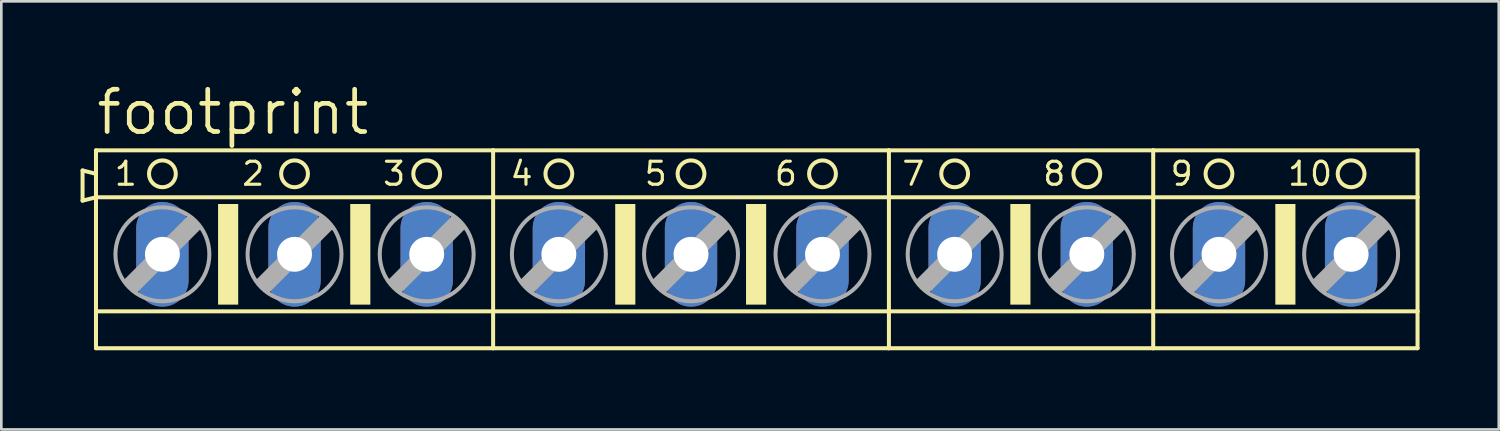
<source format=kicad_pcb>
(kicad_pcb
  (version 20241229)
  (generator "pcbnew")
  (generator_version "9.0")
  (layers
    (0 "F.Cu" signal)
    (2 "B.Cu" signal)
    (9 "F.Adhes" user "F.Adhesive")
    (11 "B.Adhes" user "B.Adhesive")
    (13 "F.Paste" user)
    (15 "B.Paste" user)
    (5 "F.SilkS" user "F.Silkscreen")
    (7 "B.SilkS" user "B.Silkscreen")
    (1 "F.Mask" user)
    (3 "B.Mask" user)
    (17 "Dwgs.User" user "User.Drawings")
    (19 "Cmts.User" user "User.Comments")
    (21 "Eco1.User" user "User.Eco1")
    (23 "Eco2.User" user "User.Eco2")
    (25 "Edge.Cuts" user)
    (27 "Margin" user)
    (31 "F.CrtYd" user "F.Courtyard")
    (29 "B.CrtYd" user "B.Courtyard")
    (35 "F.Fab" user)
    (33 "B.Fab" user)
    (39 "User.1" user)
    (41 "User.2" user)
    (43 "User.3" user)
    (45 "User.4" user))
  (footprint "footprint"
    (layer "F.Cu")
    (at 25.603 6.579)
    (property "Reference" "footprint" (at -25.095 -4.445 0) (layer "F.SilkS") (effects (font (size 1.6 1.6) (thickness 0.178)) (justify left bottom)))
    (fp_line (start -25.527 -3.175) (end -25.527 -2.032) (stroke (width 0.152) (type solid)) (layer "F.SilkS"))
    (fp_line (start -25.527 -2.032) (end -25.019 -2.159) (stroke (width 0.152) (type solid)) (layer "F.SilkS"))
    (fp_line (start -25.019 -3.048) (end -25.527 -3.175) (stroke (width 0.152) (type solid)) (layer "F.SilkS"))
    (fp_line (start -25.019 -3.048) (end -25.019 -3.937) (stroke (width 0.152) (type solid)) (layer "F.SilkS"))
    (fp_line (start -25.019 -2.159) (end -25.019 -3.048) (stroke (width 0.152) (type solid)) (layer "F.SilkS"))
    (fp_line (start -25.019 -2.159) (end -9.982 -2.159) (stroke (width 0.152) (type solid)) (layer "F.SilkS"))
    (fp_line (start -25.019 2.159) (end -25.019 -2.159) (stroke (width 0.152) (type solid)) (layer "F.SilkS"))
    (fp_line (start -25.019 2.159) (end -9.982 2.159) (stroke (width 0.152) (type solid)) (layer "F.SilkS"))
    (fp_line (start -25.019 3.556) (end -25.019 2.159) (stroke (width 0.152) (type solid)) (layer "F.SilkS"))
    (fp_line (start -25.019 3.556) (end -9.982 3.556) (stroke (width 0.152) (type solid)) (layer "F.SilkS"))
    (fp_line (start -9.982 -3.937) (end -25.019 -3.937) (stroke (width 0.152) (type solid)) (layer "F.SilkS"))
    (fp_line (start -9.982 -2.159) (end -9.982 -3.937) (stroke (width 0.152) (type solid)) (layer "F.SilkS"))
    (fp_line (start -9.982 -2.159) (end 5.004 -2.159) (stroke (width 0.152) (type solid)) (layer "F.SilkS"))
    (fp_line (start -9.982 2.159) (end -9.982 -2.159) (stroke (width 0.152) (type solid)) (layer "F.SilkS"))
    (fp_line (start -9.982 2.159) (end 5.004 2.159) (stroke (width 0.152) (type solid)) (layer "F.SilkS"))
    (fp_line (start -9.982 3.556) (end -9.982 2.159) (stroke (width 0.152) (type solid)) (layer "F.SilkS"))
    (fp_line (start -9.982 3.556) (end 5.004 3.556) (stroke (width 0.152) (type solid)) (layer "F.SilkS"))
    (fp_line (start 5.004 -3.937) (end -9.982 -3.937) (stroke (width 0.152) (type solid)) (layer "F.SilkS"))
    (fp_line (start 5.004 -2.159) (end 5.004 -3.937) (stroke (width 0.152) (type solid)) (layer "F.SilkS"))
    (fp_line (start 5.004 -2.159) (end 15.011 -2.159) (stroke (width 0.152) (type solid)) (layer "F.SilkS"))
    (fp_line (start 5.004 2.159) (end 5.004 -2.159) (stroke (width 0.152) (type solid)) (layer "F.SilkS"))
    (fp_line (start 5.004 2.159) (end 15.011 2.159) (stroke (width 0.152) (type solid)) (layer "F.SilkS"))
    (fp_line (start 5.004 3.556) (end 5.004 2.159) (stroke (width 0.152) (type solid)) (layer "F.SilkS"))
    (fp_line (start 5.004 3.556) (end 15.011 3.556) (stroke (width 0.152) (type solid)) (layer "F.SilkS"))
    (fp_line (start 15.011 -3.937) (end 5.004 -3.937) (stroke (width 0.152) (type solid)) (layer "F.SilkS"))
    (fp_line (start 15.011 -2.159) (end 15.011 -3.937) (stroke (width 0.152) (type solid)) (layer "F.SilkS"))
    (fp_line (start 15.011 -2.159) (end 25.019 -2.159) (stroke (width 0.152) (type solid)) (layer "F.SilkS"))
    (fp_line (start 15.011 2.159) (end 15.011 -2.159) (stroke (width 0.152) (type solid)) (layer "F.SilkS"))
    (fp_line (start 15.011 2.159) (end 25.019 2.159) (stroke (width 0.152) (type solid)) (layer "F.SilkS"))
    (fp_line (start 15.011 3.556) (end 15.011 2.159) (stroke (width 0.152) (type solid)) (layer "F.SilkS"))
    (fp_line (start 15.011 3.556) (end 25.019 3.556) (stroke (width 0.152) (type solid)) (layer "F.SilkS"))
    (fp_line (start 25.019 -3.937) (end 15.011 -3.937) (stroke (width 0.152) (type solid)) (layer "F.SilkS"))
    (fp_line (start 25.019 -3.937) (end 25.019 -2.159) (stroke (width 0.152) (type solid)) (layer "F.SilkS"))
    (fp_line (start 25.019 -2.159) (end 25.019 2.159) (stroke (width 0.152) (type solid)) (layer "F.SilkS"))
    (fp_line (start 25.019 2.159) (end 25.019 3.556) (stroke (width 0.152) (type solid)) (layer "F.SilkS"))
    (fp_circle (center -22.504 -3.048) (end -21.996 -3.048) (stroke (width 0.152) (type solid)) (fill no) (layer "F.SilkS"))
    (fp_circle (center -17.501 -3.048) (end -16.993 -3.048) (stroke (width 0.152) (type solid)) (fill no) (layer "F.SilkS"))
    (fp_circle (center -12.497 -3.048) (end -11.989 -3.048) (stroke (width 0.152) (type solid)) (fill no) (layer "F.SilkS"))
    (fp_circle (center -7.493 -3.048) (end -6.985 -3.048) (stroke (width 0.152) (type solid)) (fill no) (layer "F.SilkS"))
    (fp_circle (center -2.489 -3.048) (end -1.981 -3.048) (stroke (width 0.152) (type solid)) (fill no) (layer "F.SilkS"))
    (fp_circle (center 2.489 -3.048) (end 2.997 -3.048) (stroke (width 0.152) (type solid)) (fill no) (layer "F.SilkS"))
    (fp_circle (center 7.493 -3.048) (end 8.001 -3.048) (stroke (width 0.152) (type solid)) (fill no) (layer "F.SilkS"))
    (fp_circle (center 12.497 -3.048) (end 13.005 -3.048) (stroke (width 0.152) (type solid)) (fill no) (layer "F.SilkS"))
    (fp_circle (center 17.501 -3.048) (end 18.009 -3.048) (stroke (width 0.152) (type solid)) (fill no) (layer "F.SilkS"))
    (fp_circle (center 22.504 -3.048) (end 23.012 -3.048) (stroke (width 0.152) (type solid)) (fill no) (layer "F.SilkS"))
    (fp_poly (pts (xy -20.396 1.905) (xy -19.634 1.905) (xy -19.634 -1.905) (xy -20.396 -1.905)) (stroke (width 0) (type solid)) (fill yes) (layer "F.SilkS"))
    (fp_poly (pts (xy -15.392 1.905) (xy -14.63 1.905) (xy -14.63 -1.905) (xy -15.392 -1.905)) (stroke (width 0) (type solid)) (fill yes) (layer "F.SilkS"))
    (fp_poly (pts (xy -5.359 1.905) (xy -4.597 1.905) (xy -4.597 -1.905) (xy -5.359 -1.905)) (stroke (width 0) (type solid)) (fill yes) (layer "F.SilkS"))
    (fp_poly (pts (xy -0.406 1.905) (xy 0.356 1.905) (xy 0.356 -1.905) (xy -0.406 -1.905)) (stroke (width 0) (type solid)) (fill yes) (layer "F.SilkS"))
    (fp_poly (pts (xy 9.601 1.905) (xy 10.363 1.905) (xy 10.363 -1.905) (xy 9.601 -1.905)) (stroke (width 0) (type solid)) (fill yes) (layer "F.SilkS"))
    (fp_poly (pts (xy 19.634 1.905) (xy 20.396 1.905) (xy 20.396 -1.905) (xy 19.634 -1.905)) (stroke (width 0) (type solid)) (fill yes) (layer "F.SilkS"))
    (fp_line (start -23.901 1.016) (end -23.52 1.397) (stroke (width 0.152) (type solid)) (layer "F.Fab"))
    (fp_line (start -23.901 1.016) (end -21.488 -1.397) (stroke (width 0.152) (type solid)) (layer "F.Fab"))
    (fp_line (start -23.52 1.016) (end -21.488 -1.016) (stroke (width 0.61) (type solid)) (layer "F.Fab"))
    (fp_line (start -23.52 1.397) (end -21.107 -1.016) (stroke (width 0.152) (type solid)) (layer "F.Fab"))
    (fp_line (start -21.488 -1.397) (end -21.107 -1.016) (stroke (width 0.152) (type solid)) (layer "F.Fab"))
    (fp_line (start -18.898 1.016) (end -18.517 1.397) (stroke (width 0.152) (type solid)) (layer "F.Fab"))
    (fp_line (start -18.898 1.016) (end -16.485 -1.397) (stroke (width 0.152) (type solid)) (layer "F.Fab"))
    (fp_line (start -18.517 1.016) (end -16.485 -1.016) (stroke (width 0.61) (type solid)) (layer "F.Fab"))
    (fp_line (start -18.517 1.397) (end -16.104 -1.016) (stroke (width 0.152) (type solid)) (layer "F.Fab"))
    (fp_line (start -16.485 -1.397) (end -16.104 -1.016) (stroke (width 0.152) (type solid)) (layer "F.Fab"))
    (fp_line (start -13.894 1.016) (end -13.513 1.397) (stroke (width 0.152) (type solid)) (layer "F.Fab"))
    (fp_line (start -13.894 1.016) (end -11.481 -1.397) (stroke (width 0.152) (type solid)) (layer "F.Fab"))
    (fp_line (start -13.513 1.016) (end -11.481 -1.016) (stroke (width 0.61) (type solid)) (layer "F.Fab"))
    (fp_line (start -13.513 1.397) (end -11.1 -1.016) (stroke (width 0.152) (type solid)) (layer "F.Fab"))
    (fp_line (start -11.481 -1.397) (end -11.1 -1.016) (stroke (width 0.152) (type solid)) (layer "F.Fab"))
    (fp_line (start -8.89 1.016) (end -8.509 1.397) (stroke (width 0.152) (type solid)) (layer "F.Fab"))
    (fp_line (start -8.89 1.016) (end -6.477 -1.397) (stroke (width 0.152) (type solid)) (layer "F.Fab"))
    (fp_line (start -8.509 1.016) (end -6.477 -1.016) (stroke (width 0.61) (type solid)) (layer "F.Fab"))
    (fp_line (start -8.509 1.397) (end -6.096 -1.016) (stroke (width 0.152) (type solid)) (layer "F.Fab"))
    (fp_line (start -6.477 -1.397) (end -6.096 -1.016) (stroke (width 0.152) (type solid)) (layer "F.Fab"))
    (fp_line (start -3.886 1.016) (end -3.505 1.397) (stroke (width 0.152) (type solid)) (layer "F.Fab"))
    (fp_line (start -3.886 1.016) (end -1.473 -1.397) (stroke (width 0.152) (type solid)) (layer "F.Fab"))
    (fp_line (start -3.505 1.016) (end -1.473 -1.016) (stroke (width 0.61) (type solid)) (layer "F.Fab"))
    (fp_line (start -3.505 1.397) (end -1.092 -1.016) (stroke (width 0.152) (type solid)) (layer "F.Fab"))
    (fp_line (start -1.473 -1.397) (end -1.092 -1.016) (stroke (width 0.152) (type solid)) (layer "F.Fab"))
    (fp_line (start 1.092 1.016) (end 1.473 1.397) (stroke (width 0.152) (type solid)) (layer "F.Fab"))
    (fp_line (start 1.092 1.016) (end 3.505 -1.397) (stroke (width 0.152) (type solid)) (layer "F.Fab"))
    (fp_line (start 1.473 1.016) (end 3.505 -1.016) (stroke (width 0.61) (type solid)) (layer "F.Fab"))
    (fp_line (start 1.473 1.397) (end 3.886 -1.016) (stroke (width 0.152) (type solid)) (layer "F.Fab"))
    (fp_line (start 3.505 -1.397) (end 3.886 -1.016) (stroke (width 0.152) (type solid)) (layer "F.Fab"))
    (fp_line (start 6.096 1.016) (end 6.477 1.397) (stroke (width 0.152) (type solid)) (layer "F.Fab"))
    (fp_line (start 6.096 1.016) (end 8.509 -1.397) (stroke (width 0.152) (type solid)) (layer "F.Fab"))
    (fp_line (start 6.477 1.016) (end 8.509 -1.016) (stroke (width 0.61) (type solid)) (layer "F.Fab"))
    (fp_line (start 6.477 1.397) (end 8.89 -1.016) (stroke (width 0.152) (type solid)) (layer "F.Fab"))
    (fp_line (start 8.509 -1.397) (end 8.89 -1.016) (stroke (width 0.152) (type solid)) (layer "F.Fab"))
    (fp_line (start 11.1 1.016) (end 11.481 1.397) (stroke (width 0.152) (type solid)) (layer "F.Fab"))
    (fp_line (start 11.1 1.016) (end 13.513 -1.397) (stroke (width 0.152) (type solid)) (layer "F.Fab"))
    (fp_line (start 11.481 1.016) (end 13.513 -1.016) (stroke (width 0.61) (type solid)) (layer "F.Fab"))
    (fp_line (start 11.481 1.397) (end 13.894 -1.016) (stroke (width 0.152) (type solid)) (layer "F.Fab"))
    (fp_line (start 13.513 -1.397) (end 13.894 -1.016) (stroke (width 0.152) (type solid)) (layer "F.Fab"))
    (fp_line (start 16.104 1.016) (end 16.485 1.397) (stroke (width 0.152) (type solid)) (layer "F.Fab"))
    (fp_line (start 16.104 1.016) (end 18.517 -1.397) (stroke (width 0.152) (type solid)) (layer "F.Fab"))
    (fp_line (start 16.485 1.016) (end 18.517 -1.016) (stroke (width 0.61) (type solid)) (layer "F.Fab"))
    (fp_line (start 16.485 1.397) (end 18.898 -1.016) (stroke (width 0.152) (type solid)) (layer "F.Fab"))
    (fp_line (start 18.517 -1.397) (end 18.898 -1.016) (stroke (width 0.152) (type solid)) (layer "F.Fab"))
    (fp_line (start 21.107 1.016) (end 21.488 1.397) (stroke (width 0.152) (type solid)) (layer "F.Fab"))
    (fp_line (start 21.107 1.016) (end 23.52 -1.397) (stroke (width 0.152) (type solid)) (layer "F.Fab"))
    (fp_line (start 21.488 1.016) (end 23.52 -1.016) (stroke (width 0.61) (type solid)) (layer "F.Fab"))
    (fp_line (start 21.488 1.397) (end 23.901 -1.016) (stroke (width 0.152) (type solid)) (layer "F.Fab"))
    (fp_line (start 23.52 -1.397) (end 23.901 -1.016) (stroke (width 0.152) (type solid)) (layer "F.Fab"))
    (fp_circle (center -22.504 0) (end -20.726 0) (stroke (width 0.152) (type solid)) (fill no) (layer "F.Fab"))
    (fp_circle (center -17.501 0) (end -15.723 0) (stroke (width 0.152) (type solid)) (fill no) (layer "F.Fab"))
    (fp_circle (center -12.497 0) (end -10.719 0) (stroke (width 0.152) (type solid)) (fill no) (layer "F.Fab"))
    (fp_circle (center -7.493 0) (end -5.715 0) (stroke (width 0.152) (type solid)) (fill no) (layer "F.Fab"))
    (fp_circle (center -2.489 0) (end -0.711 0) (stroke (width 0.152) (type solid)) (fill no) (layer "F.Fab"))
    (fp_circle (center 2.489 0) (end 4.267 0) (stroke (width 0.152) (type solid)) (fill no) (layer "F.Fab"))
    (fp_circle (center 7.493 0) (end 9.271 0) (stroke (width 0.152) (type solid)) (fill no) (layer "F.Fab"))
    (fp_circle (center 12.497 0) (end 14.275 0) (stroke (width 0.152) (type solid)) (fill no) (layer "F.Fab"))
    (fp_circle (center 17.501 0) (end 19.279 0) (stroke (width 0.152) (type solid)) (fill no) (layer "F.Fab"))
    (fp_circle (center 22.504 0) (end 24.282 0) (stroke (width 0.152) (type solid)) (fill no) (layer "F.Fab"))
    (fp_text user "1" (at -24.384 -2.54 0) (layer "F.SilkS") (effects (font (size 0.872 0.872) (thickness 0.119)) (justify left bottom)))
    (fp_text user "6" (at 0.61 -2.54 0) (layer "F.SilkS") (effects (font (size 0.872 0.872) (thickness 0.119)) (justify left bottom)))
    (fp_text user "10" (at 20.041 -2.54 0) (layer "F.SilkS") (effects (font (size 0.872 0.872) (thickness 0.119)) (justify left bottom)))
    (fp_text user "2" (at -19.558 -2.54 0) (layer "F.SilkS") (effects (font (size 0.872 0.872) (thickness 0.119)) (justify left bottom)))
    (fp_text user "4" (at -9.398 -2.54 0) (layer "F.SilkS") (effects (font (size 0.872 0.872) (thickness 0.119)) (justify left bottom)))
    (fp_text user "3" (at -14.224 -2.54 0) (layer "F.SilkS") (effects (font (size 0.872 0.872) (thickness 0.119)) (justify left bottom)))
    (fp_text user "5" (at -4.318 -2.54 0) (layer "F.SilkS") (effects (font (size 0.872 0.872) (thickness 0.119)) (justify left bottom)))
    (fp_text user "9" (at 15.596 -2.54 0) (layer "F.SilkS") (effects (font (size 0.872 0.872) (thickness 0.119)) (justify left bottom)))
    (fp_text user "7" (at 5.436 -2.54 0) (layer "F.SilkS") (effects (font (size 0.872 0.872) (thickness 0.119)) (justify left bottom)))
    (fp_text user "8" (at 10.77 -2.54 0) (layer "F.SilkS") (effects (font (size 0.872 0.872) (thickness 0.119)) (justify left bottom)))
    (pad "1" thru_hole oval (at -22.504 0 90) (size 3.962 1.981) (drill 1.321) (layers "*.Cu" "*.Mask"))
    (pad "2" thru_hole oval (at -17.501 0 90) (size 3.962 1.981) (drill 1.321) (layers "*.Cu" "*.Mask"))
    (pad "3" thru_hole oval (at -12.497 0 90) (size 3.962 1.981) (drill 1.321) (layers "*.Cu" "*.Mask"))
    (pad "4" thru_hole oval (at -7.493 0 90) (size 3.962 1.981) (drill 1.321) (layers "*.Cu" "*.Mask"))
    (pad "5" thru_hole oval (at -2.489 0 90) (size 3.962 1.981) (drill 1.321) (layers "*.Cu" "*.Mask"))
    (pad "6" thru_hole oval (at 2.489 0 90) (size 3.962 1.981) (drill 1.321) (layers "*.Cu" "*.Mask"))
    (pad "7" thru_hole oval (at 7.493 0 90) (size 3.962 1.981) (drill 1.321) (layers "*.Cu" "*.Mask"))
    (pad "8" thru_hole oval (at 12.497 0 90) (size 3.962 1.981) (drill 1.321) (layers "*.Cu" "*.Mask"))
    (pad "9" thru_hole oval (at 17.501 0 90) (size 3.962 1.981) (drill 1.321) (layers "*.Cu" "*.Mask"))
    (pad "10" thru_hole oval (at 22.504 0 90) (size 3.962 1.981) (drill 1.321) (layers "*.Cu" "*.Mask")))
  (gr_rect
    (start -3 -3)
    (end 53.698 13.211)
    (stroke (width 0.1) (type default))
    (fill no)
    (layer "Edge.Cuts")))
</source>
